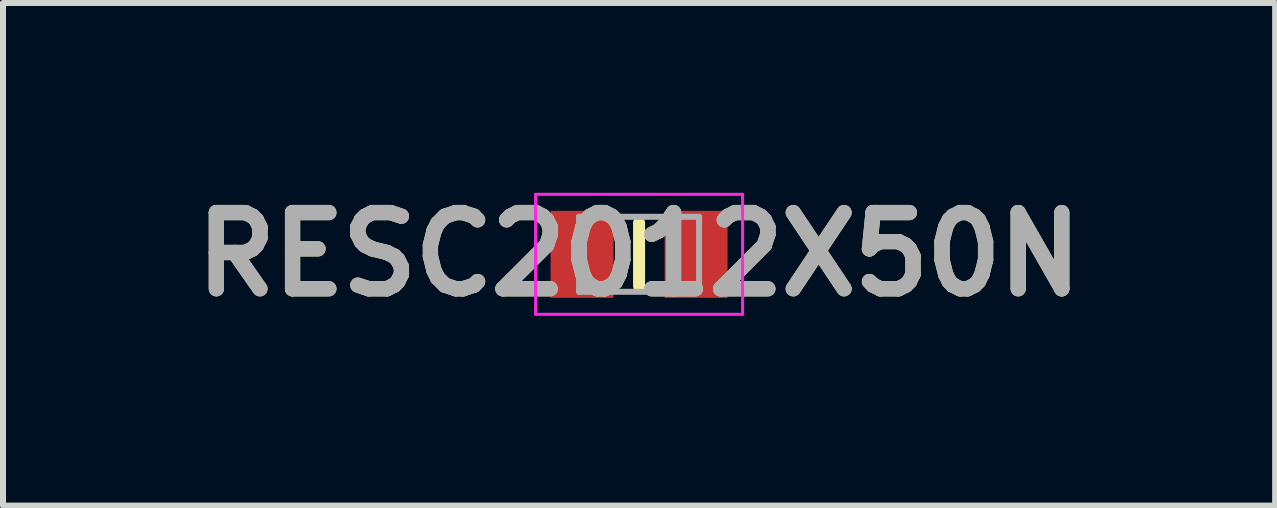
<source format=kicad_pcb>
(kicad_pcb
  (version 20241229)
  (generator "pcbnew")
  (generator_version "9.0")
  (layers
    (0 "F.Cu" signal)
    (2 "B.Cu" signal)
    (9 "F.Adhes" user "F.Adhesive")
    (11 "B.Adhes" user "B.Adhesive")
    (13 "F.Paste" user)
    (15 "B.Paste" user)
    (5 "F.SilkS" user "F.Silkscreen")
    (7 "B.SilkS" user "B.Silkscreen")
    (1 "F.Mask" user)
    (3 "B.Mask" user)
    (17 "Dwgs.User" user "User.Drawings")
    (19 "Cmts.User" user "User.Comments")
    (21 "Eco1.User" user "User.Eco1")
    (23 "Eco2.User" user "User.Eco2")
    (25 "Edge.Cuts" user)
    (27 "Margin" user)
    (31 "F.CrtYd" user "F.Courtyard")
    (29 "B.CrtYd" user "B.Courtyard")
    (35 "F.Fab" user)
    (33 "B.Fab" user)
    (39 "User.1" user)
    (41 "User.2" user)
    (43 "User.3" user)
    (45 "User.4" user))
  (footprint "RESC2012X50N"
    (layer "F.Cu")
    (at 7.602 1.189)
    (property "Reference" "RESC2012X50N" (at 0 0 0) (layer "F.SilkS") (effects (font (size 1.27 1.27) (thickness 0.254))))
    (attr smd)
    (fp_line (start 0 -0.525) (end 0 0.525) (stroke (width 0.2) (type solid)) (layer "F.SilkS"))
    (fp_line (start -1.725 -1) (end 1.725 -1) (stroke (width 0.05) (type solid)) (layer "F.CrtYd"))
    (fp_line (start -1.725 1) (end -1.725 -1) (stroke (width 0.05) (type solid)) (layer "F.CrtYd"))
    (fp_line (start 1.725 -1) (end 1.725 1) (stroke (width 0.05) (type solid)) (layer "F.CrtYd"))
    (fp_line (start 1.725 1) (end -1.725 1) (stroke (width 0.05) (type solid)) (layer "F.CrtYd"))
    (fp_line (start -1 -0.625) (end 1 -0.625) (stroke (width 0.1) (type solid)) (layer "F.Fab"))
    (fp_line (start -1 0.625) (end -1 -0.625) (stroke (width 0.1) (type solid)) (layer "F.Fab"))
    (fp_line (start 1 -0.625) (end 1 0.625) (stroke (width 0.1) (type solid)) (layer "F.Fab"))
    (fp_line (start 1 0.625) (end -1 0.625) (stroke (width 0.1) (type solid)) (layer "F.Fab"))
    (fp_text user "${REFERENCE}" (at 0 0 0) (layer "F.Fab") (effects (font (size 1.27 1.27) (thickness 0.254))))
    (pad "1" smd rect (at -0.95 0) (size 1.05 1.45) (layers "F.Cu" "F.Mask" "F.Paste"))
    (pad "2" smd rect (at 0.95 0) (size 1.05 1.45) (layers "F.Cu" "F.Mask" "F.Paste")))
  (gr_rect
    (start -3 -3)
    (end 18.204 5.377)
    (stroke (width 0.1) (type default))
    (fill no)
    (layer "Edge.Cuts")))
</source>
